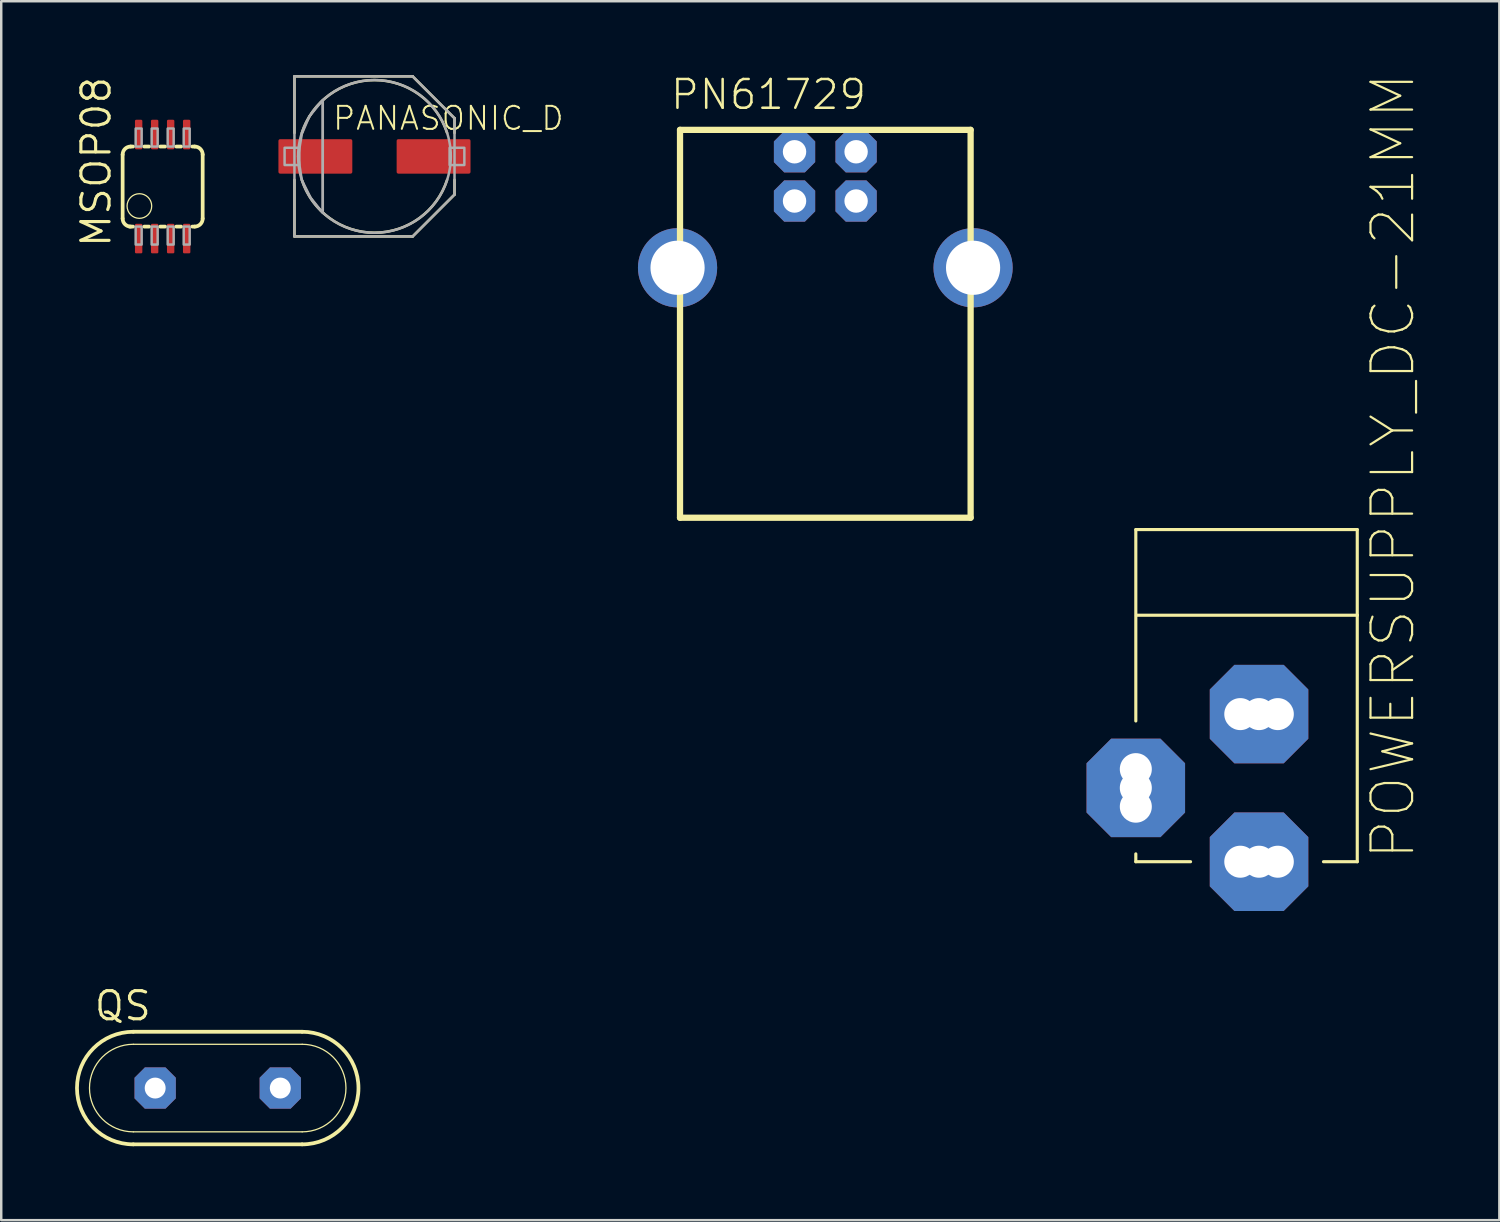
<source format=kicad_pcb>
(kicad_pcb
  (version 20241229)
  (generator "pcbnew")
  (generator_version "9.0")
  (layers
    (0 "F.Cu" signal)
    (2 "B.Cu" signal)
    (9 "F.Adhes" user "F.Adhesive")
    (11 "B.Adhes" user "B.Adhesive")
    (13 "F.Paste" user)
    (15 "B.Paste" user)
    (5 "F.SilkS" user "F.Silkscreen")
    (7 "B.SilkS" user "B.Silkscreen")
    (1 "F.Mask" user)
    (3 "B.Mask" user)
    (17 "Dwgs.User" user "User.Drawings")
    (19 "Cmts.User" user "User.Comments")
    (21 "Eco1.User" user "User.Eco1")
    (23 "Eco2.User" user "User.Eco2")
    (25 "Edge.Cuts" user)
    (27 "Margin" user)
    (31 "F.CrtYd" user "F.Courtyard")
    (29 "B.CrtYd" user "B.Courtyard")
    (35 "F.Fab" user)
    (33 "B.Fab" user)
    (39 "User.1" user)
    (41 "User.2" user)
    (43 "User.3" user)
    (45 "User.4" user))
  (footprint "PN61729"
    (layer "F.Cu")
    (at 30.463 7.823)
    (property "Reference" "PN61729" (at -6.35 -6.35 0) (layer "F.SilkS") (effects (font (size 1.168 1.168) (thickness 0.102)) (justify left bottom)))
    (fp_line (start -5.9 -5.6) (end -5.9 10.15) (stroke (width 0.254) (type solid)) (layer "F.SilkS"))
    (fp_line (start -5.9 10.15) (end 5.9 10.15) (stroke (width 0.254) (type solid)) (layer "F.SilkS"))
    (fp_line (start 5.9 -5.6) (end -5.9 -5.6) (stroke (width 0.254) (type solid)) (layer "F.SilkS"))
    (fp_line (start 5.9 10.15) (end 5.9 -5.6) (stroke (width 0.254) (type solid)) (layer "F.SilkS"))
    (pad "1" thru_hole roundrect (at 1.25 -4.71) (size 1.676 1.676) (drill 0.95) (layers "*.Cu" "*.Mask") (roundrect_rratio 0.25) (chamfer_ratio 0.25) (chamfer top_left top_right bottom_left bottom_right))
    (pad "2" thru_hole roundrect (at -1.25 -4.71) (size 1.676 1.676) (drill 0.95) (layers "*.Cu" "*.Mask") (roundrect_rratio 0.25) (chamfer_ratio 0.25) (chamfer top_left top_right bottom_left bottom_right))
    (pad "3" thru_hole roundrect (at -1.25 -2.71) (size 1.676 1.676) (drill 0.95) (layers "*.Cu" "*.Mask") (roundrect_rratio 0.25) (chamfer_ratio 0.25) (chamfer top_left top_right bottom_left bottom_right))
    (pad "4" thru_hole roundrect (at 1.25 -2.71) (size 1.676 1.676) (drill 0.95) (layers "*.Cu" "*.Mask") (roundrect_rratio 0.25) (chamfer_ratio 0.25) (chamfer top_left top_right bottom_left bottom_right))
    (pad "P$1" thru_hole circle (at -6 0) (size 3.216 3.216) (drill 2.2) (layers "*.Cu" "*.Mask"))
    (pad "P$2" thru_hole circle (at 6 0) (size 3.216 3.216) (drill 2.2) (layers "*.Cu" "*.Mask")))
  (footprint "PANASONIC_D"
    (layer "F.Cu")
    (at 12.156 3.301)
    (property "Reference" "PANASONIC_D" (at -1.75 -1 0) (layer "F.SilkS") (effects (font (size 0.935 0.935) (thickness 0.081)) (justify left bottom)))
    (fp_line (start -3.25 -3.25) (end 1.55 -3.25) (stroke (width 0.102) (type solid)) (layer "F.SilkS"))
    (fp_line (start -3.25 -0.95) (end -3.25 -3.25) (stroke (width 0.102) (type solid)) (layer "F.SilkS"))
    (fp_line (start -3.25 3.25) (end -3.25 0.95) (stroke (width 0.102) (type solid)) (layer "F.SilkS"))
    (fp_line (start 1.55 -3.25) (end 3.25 -1.55) (stroke (width 0.102) (type solid)) (layer "F.SilkS"))
    (fp_line (start 1.55 3.25) (end -3.25 3.25) (stroke (width 0.102) (type solid)) (layer "F.SilkS"))
    (fp_line (start 3.25 -1.55) (end 3.25 -0.95) (stroke (width 0.102) (type solid)) (layer "F.SilkS"))
    (fp_line (start 3.25 0.95) (end 3.25 1.55) (stroke (width 0.102) (type solid)) (layer "F.SilkS"))
    (fp_line (start 3.25 1.55) (end 1.55 3.25) (stroke (width 0.102) (type solid)) (layer "F.SilkS"))
    (fp_arc (start -2.95 -0.95) (mid 0 -3.099193) (end 2.95 -0.95) (stroke (width 0.1016) (type solid)) (layer "F.SilkS"))
    (fp_arc (start 2.95 0.95) (mid 0 3.099193) (end -2.95 0.95) (stroke (width 0.1016) (type solid)) (layer "F.SilkS"))
    (fp_line (start -3.25 -3.25) (end 1.55 -3.25) (stroke (width 0.102) (type solid)) (layer "F.Fab"))
    (fp_line (start -3.25 3.25) (end -3.25 -3.25) (stroke (width 0.102) (type solid)) (layer "F.Fab"))
    (fp_line (start -2.1 -2.25) (end -2.1 2.2) (stroke (width 0.102) (type solid)) (layer "F.Fab"))
    (fp_line (start 1.55 -3.25) (end 3.25 -1.55) (stroke (width 0.102) (type solid)) (layer "F.Fab"))
    (fp_line (start 1.55 3.25) (end -3.25 3.25) (stroke (width 0.102) (type solid)) (layer "F.Fab"))
    (fp_line (start 3.25 -1.55) (end 3.25 1.55) (stroke (width 0.102) (type solid)) (layer "F.Fab"))
    (fp_line (start 3.25 1.55) (end 1.55 3.25) (stroke (width 0.102) (type solid)) (layer "F.Fab"))
    (fp_circle (center 0 0) (end 3.1 0) (stroke (width 0.102) (type solid)) (fill no) (layer "F.Fab"))
    (fp_poly (pts (xy -3.65 0.35) (xy -3.05 0.35) (xy -3.05 -0.35) (xy -3.65 -0.35)) (stroke (width 0.1) (type solid)) (fill no) (layer "F.Fab"))
    (fp_poly (pts (xy 3.05 0.35) (xy 3.65 0.35) (xy 3.65 -0.35) (xy 3.05 -0.35)) (stroke (width 0.1) (type solid)) (fill no) (layer "F.Fab"))
    (fp_poly (pts (xy -2.099 2.295) (xy -2.593 1.678) (xy -2.949 0.966) (xy -3.101 -0.00022) (xy -2.949 -0.914) (xy -2.644 -1.627) (xy -2.099 -2.292)) (stroke (width 0.1) (type solid)) (fill no) (layer "F.Fab"))
    (pad "+" smd roundrect (at 2.4 0) (size 3 1.4) (layers "F.Cu" "F.Mask" "F.Paste") (roundrect_rratio 0.05))
    (pad "-" smd roundrect (at -2.4 0) (size 3 1.4) (layers "F.Cu" "F.Mask" "F.Paste") (roundrect_rratio 0.05)))
  (footprint "QS"
    (layer "F.Cu")
    (at 5.791 41.132)
    (property "Reference" "QS" (at -5.08 -2.667 0) (layer "F.SilkS") (effects (font (size 1.143 1.143) (thickness 0.127)) (justify left bottom)))
    (fp_line (start -3.429 1.778) (end 3.429 1.778) (stroke (width 0.051) (type solid)) (layer "F.SilkS"))
    (fp_line (start -3.429 2.286) (end 3.429 2.286) (stroke (width 0.152) (type solid)) (layer "F.SilkS"))
    (fp_line (start 3.429 -2.286) (end -3.429 -2.286) (stroke (width 0.152) (type solid)) (layer "F.SilkS"))
    (fp_line (start 3.429 -1.778) (end -3.429 -1.778) (stroke (width 0.051) (type solid)) (layer "F.SilkS"))
    (fp_arc (start -3.429 1.778) (mid -5.207 0) (end -3.429 -1.778) (stroke (width 0.0508) (type solid)) (layer "F.SilkS"))
    (fp_arc (start -3.429 2.286) (mid -5.715 0) (end -3.429 -2.286) (stroke (width 0.1524) (type solid)) (layer "F.SilkS"))
    (fp_arc (start 3.429 -2.286) (mid 5.715 0) (end 3.429 2.286) (stroke (width 0.1524) (type solid)) (layer "F.SilkS"))
    (fp_arc (start 3.429 -1.778) (mid 5.207 0) (end 3.429 1.778) (stroke (width 0.0508) (type solid)) (layer "F.SilkS"))
    (pad "1" thru_hole roundrect (at -2.54 0 90) (size 1.676 1.676) (drill 0.85) (layers "*.Cu" "*.Mask") (roundrect_rratio 0.25) (chamfer_ratio 0.25) (chamfer top_left top_right bottom_left bottom_right))
    (pad "2" thru_hole roundrect (at 2.54 0 90) (size 1.676 1.676) (drill 0.85) (layers "*.Cu" "*.Mask") (roundrect_rratio 0.25) (chamfer_ratio 0.25) (chamfer top_left top_right bottom_left bottom_right)))
  (footprint "POWERSUPPLY_DC-21MM"
    (layer "F.Cu")
    (at 48.151 25.591)
    (property "Reference" "POWERSUPPLY_DC-21MM" (at 6.35 6.35 90) (layer "F.SilkS") (effects (font (size 1.689 1.689) (thickness 0.089)) (justify left bottom)))
    (fp_line (start -5.08 -7.137) (end -5.08 0.635) (stroke (width 0.127) (type solid)) (layer "F.SilkS"))
    (fp_line (start -5.08 6.35) (end -5.08 6.032) (stroke (width 0.127) (type solid)) (layer "F.SilkS"))
    (fp_line (start -5.055 -3.658) (end 3.912 -3.658) (stroke (width 0.127) (type solid)) (layer "F.SilkS"))
    (fp_line (start -2.857 6.35) (end -5.08 6.35) (stroke (width 0.127) (type solid)) (layer "F.SilkS"))
    (fp_line (start 2.54 6.35) (end 3.912 6.35) (stroke (width 0.127) (type solid)) (layer "F.SilkS"))
    (fp_line (start 3.912 -7.137) (end -5.08 -7.137) (stroke (width 0.127) (type solid)) (layer "F.SilkS"))
    (fp_line (start 3.912 -3.658) (end 3.912 -7.137) (stroke (width 0.127) (type solid)) (layer "F.SilkS"))
    (fp_line (start 3.912 6.35) (end 3.912 -3.658) (stroke (width 0.127) (type solid)) (layer "F.SilkS"))
    (pad "1" thru_hole roundrect (at -5.08 3.353 90) (size 4 4) (drill 1.3) (layers "*.Cu" "*.Mask") (roundrect_rratio 0.25) (chamfer_ratio 0.25) (chamfer top_left top_right bottom_left bottom_right))
    (pad "2" thru_hole roundrect (at -0.076 6.35) (size 4 4) (drill 1.3) (layers "*.Cu" "*.Mask") (roundrect_rratio 0.25) (chamfer_ratio 0.25) (chamfer top_left top_right bottom_left bottom_right))
    (pad "3" thru_hole roundrect (at -0.076 0.356) (size 4 4) (drill 1.3) (layers "*.Cu" "*.Mask") (roundrect_rratio 0.25) (chamfer_ratio 0.25) (chamfer top_left top_right bottom_left bottom_right))
    (pad "4" thru_hole circle (at -5.08 4.115) (size 1.95 1.95) (drill 1.3) (layers "*.Cu" "*.Mask"))
    (pad "5" thru_hole circle (at -5.08 2.591) (size 1.95 1.95) (drill 1.3) (layers "*.Cu" "*.Mask"))
    (pad "6" thru_hole circle (at -0.838 0.356) (size 1.95 1.95) (drill 1.3) (layers "*.Cu" "*.Mask"))
    (pad "7" thru_hole circle (at 0.686 0.356) (size 1.95 1.95) (drill 1.3) (layers "*.Cu" "*.Mask"))
    (pad "8" thru_hole circle (at -0.838 6.35) (size 1.95 1.95) (drill 1.3) (layers "*.Cu" "*.Mask"))
    (pad "9" thru_hole circle (at 0.686 6.35) (size 1.95 1.95) (drill 1.3) (layers "*.Cu" "*.Mask")))
  (footprint "MSOP08"
    (layer "F.Cu")
    (at 3.556 4.525)
    (property "Reference" "MSOP08" (at -2.032 2.54 90) (layer "F.SilkS") (effects (font (size 1.143 1.143) (thickness 0.127)) (justify left bottom)))
    (fp_line (start -1.626 1.301) (end -1.626 -1.299) (stroke (width 0.152) (type solid)) (layer "F.SilkS"))
    (fp_line (start -1.341 1.626) (end -1.204 1.626) (stroke (width 0.152) (type solid)) (layer "F.SilkS"))
    (fp_line (start -1.301 -1.624) (end -1.204 -1.624) (stroke (width 0.152) (type solid)) (layer "F.SilkS"))
    (fp_line (start -0.747 -1.624) (end -0.554 -1.624) (stroke (width 0.152) (type solid)) (layer "F.SilkS"))
    (fp_line (start -0.747 1.626) (end -0.554 1.626) (stroke (width 0.152) (type solid)) (layer "F.SilkS"))
    (fp_line (start -0.097 -1.624) (end 0.096 -1.624) (stroke (width 0.152) (type solid)) (layer "F.SilkS"))
    (fp_line (start -0.097 1.626) (end 0.096 1.626) (stroke (width 0.152) (type solid)) (layer "F.SilkS"))
    (fp_line (start 0.553 -1.624) (end 0.746 -1.624) (stroke (width 0.152) (type solid)) (layer "F.SilkS"))
    (fp_line (start 0.553 1.626) (end 0.746 1.626) (stroke (width 0.152) (type solid)) (layer "F.SilkS"))
    (fp_line (start 1.203 -1.624) (end 1.299 -1.624) (stroke (width 0.152) (type solid)) (layer "F.SilkS"))
    (fp_line (start 1.203 1.626) (end 1.299 1.626) (stroke (width 0.152) (type solid)) (layer "F.SilkS"))
    (fp_line (start 1.624 -1.299) (end 1.624 1.301) (stroke (width 0.152) (type solid)) (layer "F.SilkS"))
    (fp_arc (start -1.626 -1.299) (mid -1.53081 -1.52881) (end -1.301 -1.624) (stroke (width 0.1524) (type solid)) (layer "F.SilkS"))
    (fp_arc (start -1.301 1.626) (mid -1.53081 1.53081) (end -1.626 1.301) (stroke (width 0.1524) (type solid)) (layer "F.SilkS"))
    (fp_arc (start 1.299 -1.624) (mid 1.52881 -1.52881) (end 1.624 -1.299) (stroke (width 0.1524) (type solid)) (layer "F.SilkS"))
    (fp_arc (start 1.624 1.301) (mid 1.52881 1.53081) (end 1.299 1.626) (stroke (width 0.1524) (type solid)) (layer "F.SilkS"))
    (fp_circle (center -0.946 0.791) (end -0.446 0.791) (stroke (width 0.051) (type solid)) (fill no) (layer "F.SilkS"))
    (fp_poly (pts (xy -1.097 -1.624) (xy -0.854 -1.624) (xy -0.854 -2.356) (xy -1.097 -2.356)) (stroke (width 0.1) (type solid)) (fill no) (layer "F.Fab"))
    (fp_poly (pts (xy -1.097 2.357) (xy -0.854 2.357) (xy -0.854 1.626) (xy -1.097 1.626)) (stroke (width 0.1) (type solid)) (fill no) (layer "F.Fab"))
    (fp_poly (pts (xy -0.448 -1.624) (xy -0.204 -1.624) (xy -0.204 -2.356) (xy -0.448 -2.356)) (stroke (width 0.1) (type solid)) (fill no) (layer "F.Fab"))
    (fp_poly (pts (xy -0.448 2.357) (xy -0.204 2.357) (xy -0.204 1.626) (xy -0.448 1.626)) (stroke (width 0.1) (type solid)) (fill no) (layer "F.Fab"))
    (fp_poly (pts (xy 0.203 -1.624) (xy 0.446 -1.624) (xy 0.446 -2.356) (xy 0.203 -2.356)) (stroke (width 0.1) (type solid)) (fill no) (layer "F.Fab"))
    (fp_poly (pts (xy 0.203 2.357) (xy 0.446 2.357) (xy 0.446 1.626) (xy 0.203 1.626)) (stroke (width 0.1) (type solid)) (fill no) (layer "F.Fab"))
    (fp_poly (pts (xy 0.853 -1.624) (xy 1.096 -1.624) (xy 1.096 -2.356) (xy 0.853 -2.356)) (stroke (width 0.1) (type solid)) (fill no) (layer "F.Fab"))
    (fp_poly (pts (xy 0.853 2.357) (xy 1.096 2.357) (xy 1.096 1.626) (xy 0.853 1.626)) (stroke (width 0.1) (type solid)) (fill no) (layer "F.Fab"))
    (pad "1" smd roundrect (at -0.976 2.113) (size 0.3 1.2) (layers "F.Cu" "F.Mask" "F.Paste") (roundrect_rratio 0.169))
    (pad "2" smd roundrect (at -0.326 2.113) (size 0.3 1.2) (layers "F.Cu" "F.Mask" "F.Paste") (roundrect_rratio 0.169))
    (pad "3" smd roundrect (at 0.324 2.113) (size 0.3 1.2) (layers "F.Cu" "F.Mask" "F.Paste") (roundrect_rratio 0.169))
    (pad "4" smd roundrect (at 0.974 2.113) (size 0.3 1.2) (layers "F.Cu" "F.Mask" "F.Paste") (roundrect_rratio 0.169))
    (pad "5" smd roundrect (at 0.974 -2.112) (size 0.3 1.2) (layers "F.Cu" "F.Mask" "F.Paste") (roundrect_rratio 0.169))
    (pad "6" smd roundrect (at 0.324 -2.112) (size 0.3 1.2) (layers "F.Cu" "F.Mask" "F.Paste") (roundrect_rratio 0.169))
    (pad "7" smd roundrect (at -0.326 -2.112) (size 0.3 1.2) (layers "F.Cu" "F.Mask" "F.Paste") (roundrect_rratio 0.169))
    (pad "8" smd roundrect (at -0.976 -2.112) (size 0.3 1.2) (layers "F.Cu" "F.Mask" "F.Paste") (roundrect_rratio 0.169)))
  (gr_rect
    (start -3 -3)
    (end 57.833 46.495)
    (stroke (width 0.1) (type default))
    (fill no)
    (layer "Edge.Cuts")))
</source>
